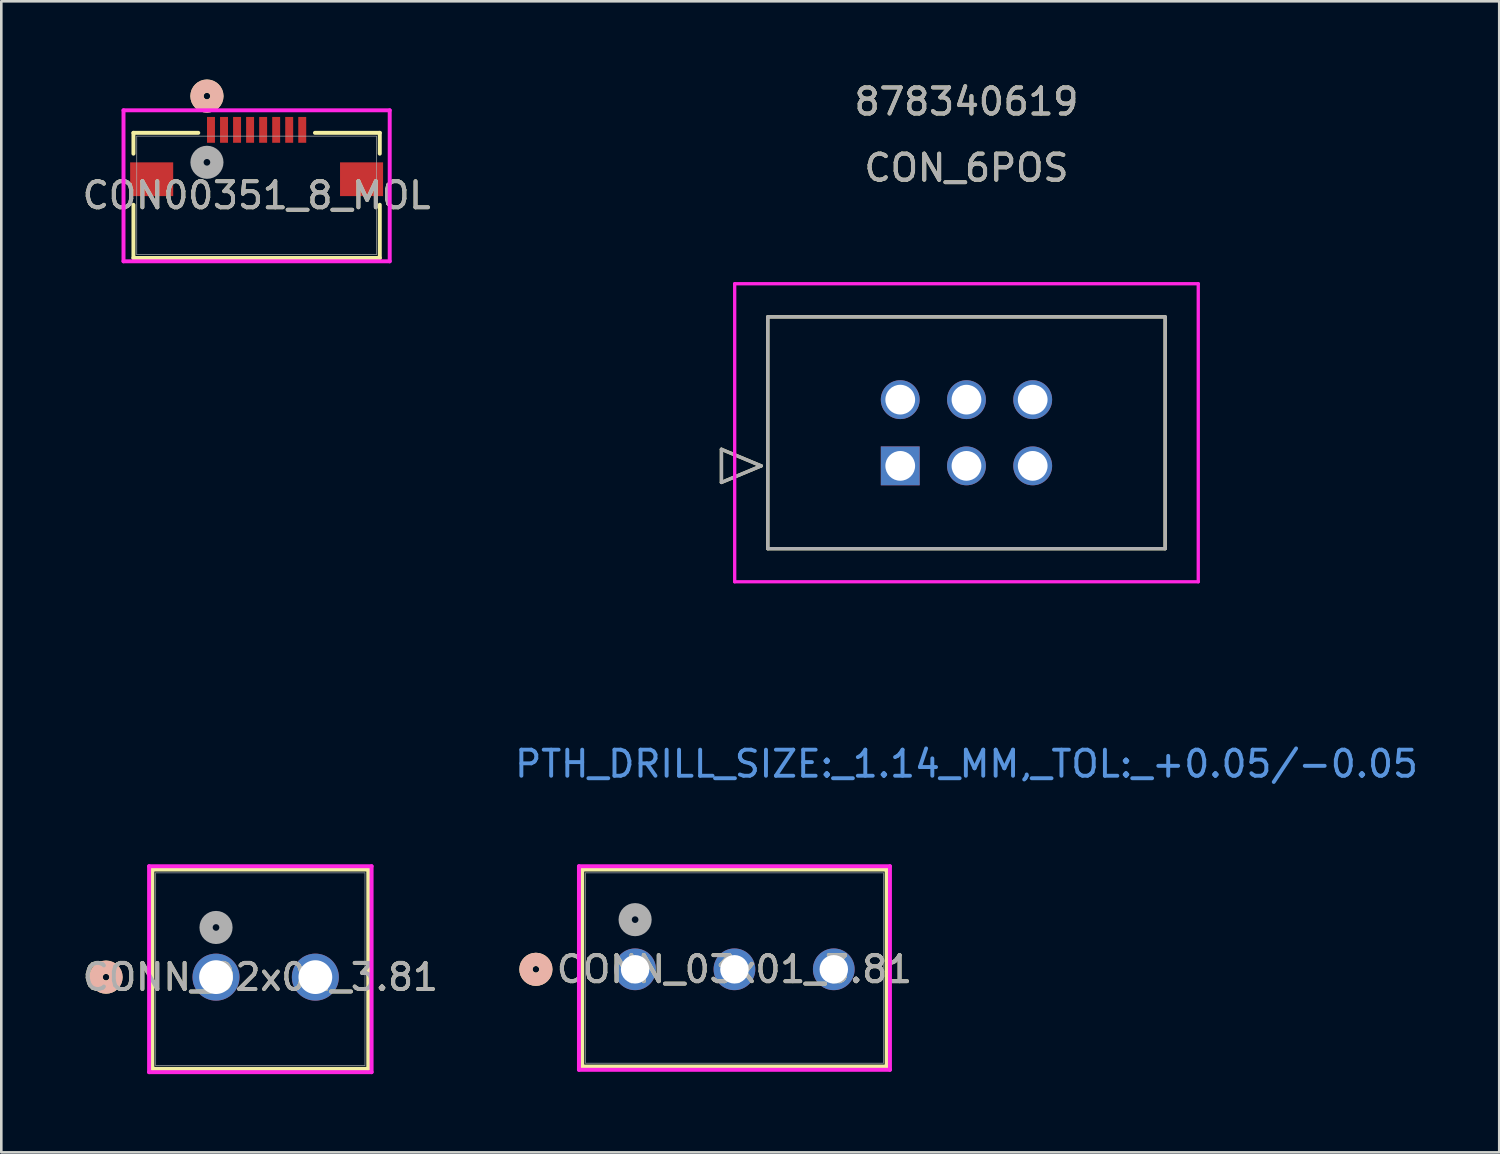
<source format=kicad_pcb>
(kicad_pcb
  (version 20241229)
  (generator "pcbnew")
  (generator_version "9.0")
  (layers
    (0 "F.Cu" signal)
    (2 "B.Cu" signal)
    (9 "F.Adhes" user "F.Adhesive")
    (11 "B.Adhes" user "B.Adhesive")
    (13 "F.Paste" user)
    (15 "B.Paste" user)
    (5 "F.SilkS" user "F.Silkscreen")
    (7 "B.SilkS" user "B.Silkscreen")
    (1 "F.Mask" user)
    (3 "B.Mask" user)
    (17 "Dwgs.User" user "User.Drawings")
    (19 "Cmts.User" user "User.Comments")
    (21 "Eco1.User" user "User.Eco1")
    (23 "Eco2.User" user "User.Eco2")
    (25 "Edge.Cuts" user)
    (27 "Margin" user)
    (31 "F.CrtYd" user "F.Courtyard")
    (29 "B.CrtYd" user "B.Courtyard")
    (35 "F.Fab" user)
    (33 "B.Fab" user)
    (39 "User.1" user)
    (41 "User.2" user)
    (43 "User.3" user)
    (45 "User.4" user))
  (footprint "CON_6POS"
    (layer "F.Cu")
    (at 31.478 14.818)
    (property "Reference" "CON_6POS" (at 2.54 -11.43 0) (unlocked yes) (layer "F.SilkS") (effects (font (size 1 1) (thickness 0.15))))
    (attr through_hole)
    (fp_line (start -6.858 -0.635) (end -6.858 0.635) (stroke (width 0.127) (type solid)) (layer "F.SilkS"))
    (fp_line (start -6.858 0.635) (end -5.334 0) (stroke (width 0.127) (type solid)) (layer "F.SilkS"))
    (fp_line (start -5.334 0) (end -6.858 -0.635) (stroke (width 0.127) (type solid)) (layer "F.SilkS"))
    (fp_line (start -5.08 -5.715) (end -5.08 3.175) (stroke (width 0.127) (type solid)) (layer "F.SilkS"))
    (fp_line (start -5.08 3.175) (end 10.16 3.175) (stroke (width 0.127) (type solid)) (layer "F.SilkS"))
    (fp_line (start 10.16 -5.715) (end -5.08 -5.715) (stroke (width 0.127) (type solid)) (layer "F.SilkS"))
    (fp_line (start 10.16 3.175) (end 10.16 -5.715) (stroke (width 0.127) (type solid)) (layer "F.SilkS"))
    (fp_line (start -6.35 -6.985) (end -6.35 4.445) (stroke (width 0.127) (type solid)) (layer "F.CrtYd"))
    (fp_line (start -6.35 4.445) (end 11.43 4.445) (stroke (width 0.127) (type solid)) (layer "F.CrtYd"))
    (fp_line (start 11.43 -6.985) (end -6.35 -6.985) (stroke (width 0.127) (type solid)) (layer "F.CrtYd"))
    (fp_line (start 11.43 4.445) (end 11.43 -6.985) (stroke (width 0.127) (type solid)) (layer "F.CrtYd"))
    (fp_line (start -6.858 -0.635) (end -6.858 0.635) (stroke (width 0.127) (type solid)) (layer "F.Fab"))
    (fp_line (start -6.858 0.635) (end -5.334 0) (stroke (width 0.127) (type solid)) (layer "F.Fab"))
    (fp_line (start -5.334 0) (end -6.858 -0.635) (stroke (width 0.127) (type solid)) (layer "F.Fab"))
    (fp_line (start -5.08 -5.715) (end -5.08 3.175) (stroke (width 0.127) (type solid)) (layer "F.Fab"))
    (fp_line (start -5.08 3.175) (end 10.16 3.175) (stroke (width 0.127) (type solid)) (layer "F.Fab"))
    (fp_line (start 10.16 -5.715) (end -5.08 -5.715) (stroke (width 0.127) (type solid)) (layer "F.Fab"))
    (fp_line (start 10.16 3.175) (end 10.16 -5.715) (stroke (width 0.127) (type solid)) (layer "F.Fab"))
    (fp_text user "878340619" (at 2.54 -13.97 0) (unlocked yes) (layer "F.SilkS") (effects (font (size 1 1) (thickness 0.15))))
    (fp_text user "PTH_DRILL_SIZE:_1.14_MM,_TOL:_+0.05/-0.05" (at 2.54 11.43 0) (unlocked yes) (layer "Cmts.User") (effects (font (size 1 1) (thickness 0.15))))
    (fp_text user "878340619" (at 2.54 -13.97 0) (unlocked yes) (layer "F.Fab") (effects (font (size 1 1) (thickness 0.15))))
    (fp_text user "${REFERENCE}" (at 2.54 -11.43 0) (unlocked yes) (layer "F.Fab") (effects (font (size 1 1) (thickness 0.15))))
    (pad "1" thru_hole rect (at 0 0) (size 1.49 1.49) (drill 1.14) (layers "*.Cu" "*.Mask"))
    (pad "2" thru_hole circle (at 0 -2.54) (size 1.49 1.49) (drill 1.14) (layers "*.Cu" "*.Mask"))
    (pad "3" thru_hole circle (at 2.54 0 90) (size 1.49 1.49) (drill 1.14) (layers "*.Cu" "*.Mask"))
    (pad "4" thru_hole circle (at 2.54 -2.54 90) (size 1.49 1.49) (drill 1.14) (layers "*.Cu" "*.Mask"))
    (pad "5" thru_hole circle (at 5.08 0 90) (size 1.49 1.49) (drill 1.14) (layers "*.Cu" "*.Mask"))
    (pad "6" thru_hole circle (at 5.08 -2.54 90) (size 1.49 1.49) (drill 1.14) (layers "*.Cu" "*.Mask")))
  (footprint "CONN_03x01_3.81"
    (layer "F.Cu")
    (at 21.309 34.127)
    (property "Reference" "CONN_03x01_3.81" (at 3.81 0 0) (unlocked yes) (layer "F.SilkS") (effects (font (size 1 1) (thickness 0.15))))
    (attr through_hole)
    (fp_line (start -2.027 -3.827) (end -2.027 3.727) (stroke (width 0.152) (type solid)) (layer "F.SilkS"))
    (fp_line (start -2.027 3.727) (end 9.647 3.727) (stroke (width 0.152) (type solid)) (layer "F.SilkS"))
    (fp_line (start 9.647 -3.827) (end -2.027 -3.827) (stroke (width 0.152) (type solid)) (layer "F.SilkS"))
    (fp_line (start 9.647 3.727) (end 9.647 -3.827) (stroke (width 0.152) (type solid)) (layer "F.SilkS"))
    (fp_circle (center -3.805 0) (end -3.424 0) (stroke (width 0.508) (type solid)) (fill no) (layer "F.SilkS"))
    (fp_circle (center -3.805 0) (end -3.424 0) (stroke (width 0.508) (type solid)) (fill no) (layer "B.SilkS"))
    (fp_line (start -2.154 -3.954) (end -2.154 3.854) (stroke (width 0.152) (type solid)) (layer "F.CrtYd"))
    (fp_line (start -2.154 3.854) (end 9.774 3.854) (stroke (width 0.152) (type solid)) (layer "F.CrtYd"))
    (fp_line (start 9.774 -3.954) (end -2.154 -3.954) (stroke (width 0.152) (type solid)) (layer "F.CrtYd"))
    (fp_line (start 9.774 3.854) (end 9.774 -3.954) (stroke (width 0.152) (type solid)) (layer "F.CrtYd"))
    (fp_line (start -1.9 -3.7) (end -1.9 3.6) (stroke (width 0.025) (type solid)) (layer "F.Fab"))
    (fp_line (start -1.9 3.6) (end 9.52 3.6) (stroke (width 0.025) (type solid)) (layer "F.Fab"))
    (fp_line (start 9.52 -3.7) (end -1.9 -3.7) (stroke (width 0.025) (type solid)) (layer "F.Fab"))
    (fp_line (start 9.52 3.6) (end 9.52 -3.7) (stroke (width 0.025) (type solid)) (layer "F.Fab"))
    (fp_circle (center 0 -1.905) (end 0.381 -1.905) (stroke (width 0.508) (type solid)) (fill no) (layer "F.Fab"))
    (fp_text user "${REFERENCE}" (at 3.81 0 0) (unlocked yes) (layer "F.Fab") (effects (font (size 1 1) (thickness 0.15))))
    (pad "1" thru_hole circle (at 0 0) (size 1.6 1.6) (drill 1.092) (layers "*.Cu" "*.Mask"))
    (pad "2" thru_hole circle (at 3.81 0) (size 1.6 1.6) (drill 1.092) (layers "*.Cu" "*.Mask"))
    (pad "3" thru_hole circle (at 7.62 0) (size 1.6 1.6) (drill 1.092) (layers "*.Cu" "*.Mask")))
  (footprint "CONN_02x01_3.81"
    (layer "F.Cu")
    (at 5.235 34.427)
    (property "Reference" "CONN_02x01_3.81" (at 1.7 0 0) (unlocked yes) (layer "F.SilkS") (effects (font (size 1 1) (thickness 0.15))))
    (attr through_hole)
    (fp_line (start -2.44 -4.127) (end -2.44 3.518) (stroke (width 0.152) (type solid)) (layer "F.SilkS"))
    (fp_line (start -2.44 3.518) (end 5.84 3.518) (stroke (width 0.152) (type solid)) (layer "F.SilkS"))
    (fp_line (start 5.84 -4.127) (end -2.44 -4.127) (stroke (width 0.152) (type solid)) (layer "F.SilkS"))
    (fp_line (start 5.84 3.518) (end 5.84 -4.127) (stroke (width 0.152) (type solid)) (layer "F.SilkS"))
    (fp_circle (center -4.218 0) (end -3.837 0) (stroke (width 0.508) (type solid)) (fill no) (layer "F.SilkS"))
    (fp_circle (center -4.218 0) (end -3.837 0) (stroke (width 0.508) (type solid)) (fill no) (layer "B.SilkS"))
    (fp_line (start -2.567 -4.254) (end -2.567 3.645) (stroke (width 0.152) (type solid)) (layer "F.CrtYd"))
    (fp_line (start -2.567 3.645) (end 5.967 3.645) (stroke (width 0.152) (type solid)) (layer "F.CrtYd"))
    (fp_line (start 5.967 -4.254) (end -2.567 -4.254) (stroke (width 0.152) (type solid)) (layer "F.CrtYd"))
    (fp_line (start 5.967 3.645) (end 5.967 -4.254) (stroke (width 0.152) (type solid)) (layer "F.CrtYd"))
    (fp_line (start -2.313 -4) (end -2.313 3.391) (stroke (width 0.025) (type solid)) (layer "F.Fab"))
    (fp_line (start -2.313 3.391) (end 5.713 3.391) (stroke (width 0.025) (type solid)) (layer "F.Fab"))
    (fp_line (start 5.713 -4) (end -2.313 -4) (stroke (width 0.025) (type solid)) (layer "F.Fab"))
    (fp_line (start 5.713 3.391) (end 5.713 -4) (stroke (width 0.025) (type solid)) (layer "F.Fab"))
    (fp_circle (center 0 -1.905) (end 0.381 -1.905) (stroke (width 0.508) (type solid)) (fill no) (layer "F.Fab"))
    (fp_text user "${REFERENCE}" (at 1.7 0 0) (unlocked yes) (layer "F.Fab") (effects (font (size 1 1) (thickness 0.15))))
    (pad "1" thru_hole circle (at 0 0) (size 1.803 1.803) (drill 1.295) (layers "*.Cu" "*.Mask"))
    (pad "2" thru_hole circle (at 3.81 0) (size 1.803 1.803) (drill 1.295) (layers "*.Cu" "*.Mask")))
  (footprint "CON00351_8_MOL"
    (layer "F.Cu")
    (at 6.792 4.445)
    (property "Reference" "CON00351_8_MOL" (at 0 0 0) (unlocked yes) (layer "F.SilkS") (effects (font (size 1 1) (thickness 0.15))))
    (attr smd)
    (fp_line (start -4.724 -2.4) (end -4.724 -1.601) (stroke (width 0.152) (type solid)) (layer "F.SilkS"))
    (fp_line (start -4.724 0.359) (end -4.724 2.4) (stroke (width 0.152) (type solid)) (layer "F.SilkS"))
    (fp_line (start -4.724 2.4) (end 4.724 2.4) (stroke (width 0.152) (type solid)) (layer "F.SilkS"))
    (fp_line (start -2.238 -2.4) (end -4.724 -2.4) (stroke (width 0.152) (type solid)) (layer "F.SilkS"))
    (fp_line (start 4.724 -2.4) (end 2.238 -2.4) (stroke (width 0.152) (type solid)) (layer "F.SilkS"))
    (fp_line (start 4.724 -1.601) (end 4.724 -2.4) (stroke (width 0.152) (type solid)) (layer "F.SilkS"))
    (fp_line (start 4.724 2.4) (end 4.724 0.359) (stroke (width 0.152) (type solid)) (layer "F.SilkS"))
    (fp_circle (center -1.905 -3.81) (end -1.907 -4.191) (stroke (width 0.508) (type solid)) (fill no) (layer "F.SilkS"))
    (fp_circle (center -1.905 -3.81) (end -1.524 -3.81) (stroke (width 0.508) (type solid)) (fill no) (layer "B.SilkS"))
    (fp_line (start -5.105 -3.264) (end -5.105 2.527) (stroke (width 0.152) (type solid)) (layer "F.CrtYd"))
    (fp_line (start -5.105 2.527) (end 5.105 2.527) (stroke (width 0.152) (type solid)) (layer "F.CrtYd"))
    (fp_line (start 5.105 -3.264) (end -5.105 -3.264) (stroke (width 0.152) (type solid)) (layer "F.CrtYd"))
    (fp_line (start 5.105 2.527) (end 5.105 -3.264) (stroke (width 0.152) (type solid)) (layer "F.CrtYd"))
    (fp_line (start -4.597 -2.273) (end -4.597 2.273) (stroke (width 0.025) (type solid)) (layer "F.Fab"))
    (fp_line (start -4.597 2.273) (end 4.597 2.273) (stroke (width 0.025) (type solid)) (layer "F.Fab"))
    (fp_line (start 4.597 -2.273) (end -4.597 -2.273) (stroke (width 0.025) (type solid)) (layer "F.Fab"))
    (fp_line (start 4.597 2.273) (end 4.597 -2.273) (stroke (width 0.025) (type solid)) (layer "F.Fab"))
    (fp_circle (center -1.905 -1.27) (end -1.524 -1.27) (stroke (width 0.508) (type solid)) (fill no) (layer "F.Fab"))
    (fp_text user "${REFERENCE}" (at 0 0 0) (unlocked yes) (layer "F.Fab") (effects (font (size 1 1) (thickness 0.15))))
    (pad "1" smd rect (at -1.75 -2.514) (size 0.305 0.991) (layers "F.Cu" "F.Mask" "F.Paste"))
    (pad "2" smd rect (at -1.25 -2.514) (size 0.305 0.991) (layers "F.Cu" "F.Mask" "F.Paste"))
    (pad "3" smd rect (at -0.75 -2.514) (size 0.305 0.991) (layers "F.Cu" "F.Mask" "F.Paste"))
    (pad "4" smd rect (at -0.25 -2.514) (size 0.305 0.991) (layers "F.Cu" "F.Mask" "F.Paste"))
    (pad "5" smd rect (at 0.25 -2.514) (size 0.305 0.991) (layers "F.Cu" "F.Mask" "F.Paste"))
    (pad "6" smd rect (at 0.75 -2.514) (size 0.305 0.991) (layers "F.Cu" "F.Mask" "F.Paste"))
    (pad "7" smd rect (at 1.25 -2.514) (size 0.305 0.991) (layers "F.Cu" "F.Mask" "F.Paste"))
    (pad "8" smd rect (at 1.75 -2.514) (size 0.305 0.991) (layers "F.Cu" "F.Mask" "F.Paste"))
    (pad "9" smd rect (at -4.025 -0.621) (size 1.651 1.295) (layers "F.Cu" "F.Mask" "F.Paste"))
    (pad "10" smd rect (at 4.025 -0.621) (size 1.651 1.295) (layers "F.Cu" "F.Mask" "F.Paste")))
  (gr_rect
    (start -3 -3)
    (end 54.452 41.148)
    (stroke (width 0.1) (type default))
    (fill no)
    (layer "Edge.Cuts")))
</source>
